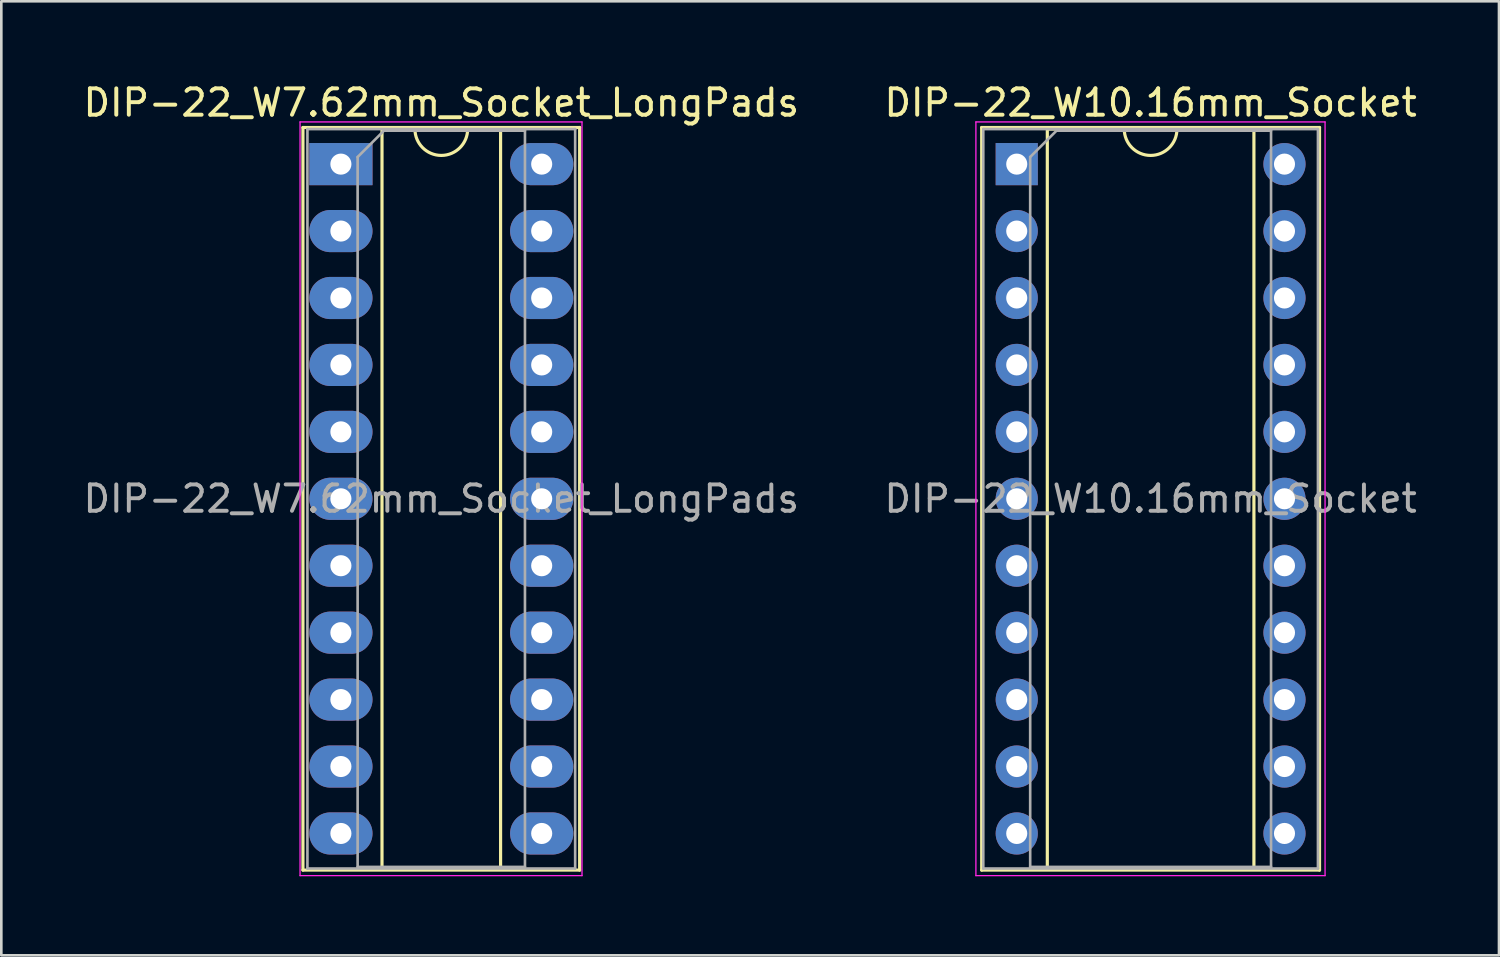
<source format=kicad_pcb>
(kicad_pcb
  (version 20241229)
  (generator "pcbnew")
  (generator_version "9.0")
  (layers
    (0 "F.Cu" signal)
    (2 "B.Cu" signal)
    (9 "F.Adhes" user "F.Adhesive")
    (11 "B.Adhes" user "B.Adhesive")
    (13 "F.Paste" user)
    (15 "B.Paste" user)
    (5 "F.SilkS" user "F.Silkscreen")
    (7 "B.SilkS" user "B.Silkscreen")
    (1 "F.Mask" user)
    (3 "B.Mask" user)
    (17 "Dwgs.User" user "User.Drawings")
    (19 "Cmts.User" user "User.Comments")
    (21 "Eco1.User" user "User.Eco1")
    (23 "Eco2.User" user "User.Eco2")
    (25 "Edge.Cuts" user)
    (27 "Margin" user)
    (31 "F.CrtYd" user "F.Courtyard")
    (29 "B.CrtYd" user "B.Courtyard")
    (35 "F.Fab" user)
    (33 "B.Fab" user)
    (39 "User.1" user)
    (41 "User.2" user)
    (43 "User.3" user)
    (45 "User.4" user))
  (footprint "DIP-22_W7.62mm_Socket_LongPads"
    (layer "F.Cu")
    (at 9.886 3.178)
    (property "Reference" "DIP-22_W7.62mm_Socket_LongPads" (at 3.81 -2.33 0) (layer "F.SilkS") (effects (font (size 1 1) (thickness 0.15))))
    (attr through_hole)
    (fp_line (start -1.44 -1.39) (end -1.44 26.79) (stroke (width 0.12) (type solid)) (layer "F.SilkS"))
    (fp_line (start -1.44 26.79) (end 9.06 26.79) (stroke (width 0.12) (type solid)) (layer "F.SilkS"))
    (fp_line (start 1.56 -1.33) (end 1.56 26.73) (stroke (width 0.12) (type solid)) (layer "F.SilkS"))
    (fp_line (start 1.56 26.73) (end 6.06 26.73) (stroke (width 0.12) (type solid)) (layer "F.SilkS"))
    (fp_line (start 2.81 -1.33) (end 1.56 -1.33) (stroke (width 0.12) (type solid)) (layer "F.SilkS"))
    (fp_line (start 6.06 -1.33) (end 4.81 -1.33) (stroke (width 0.12) (type solid)) (layer "F.SilkS"))
    (fp_line (start 6.06 26.73) (end 6.06 -1.33) (stroke (width 0.12) (type solid)) (layer "F.SilkS"))
    (fp_line (start 9.06 -1.39) (end -1.44 -1.39) (stroke (width 0.12) (type solid)) (layer "F.SilkS"))
    (fp_line (start 9.06 26.79) (end 9.06 -1.39) (stroke (width 0.12) (type solid)) (layer "F.SilkS"))
    (fp_arc (start 4.81 -1.33) (mid 3.81 -0.33) (end 2.81 -1.33) (stroke (width 0.12) (type solid)) (layer "F.SilkS"))
    (fp_line (start -1.55 -1.6) (end -1.55 27) (stroke (width 0.05) (type solid)) (layer "F.CrtYd"))
    (fp_line (start -1.55 27) (end 9.15 27) (stroke (width 0.05) (type solid)) (layer "F.CrtYd"))
    (fp_line (start 9.15 -1.6) (end -1.55 -1.6) (stroke (width 0.05) (type solid)) (layer "F.CrtYd"))
    (fp_line (start 9.15 27) (end 9.15 -1.6) (stroke (width 0.05) (type solid)) (layer "F.CrtYd"))
    (fp_line (start -1.27 -1.33) (end -1.27 26.73) (stroke (width 0.1) (type solid)) (layer "F.Fab"))
    (fp_line (start -1.27 26.73) (end 8.89 26.73) (stroke (width 0.1) (type solid)) (layer "F.Fab"))
    (fp_line (start 0.635 -0.27) (end 1.635 -1.27) (stroke (width 0.1) (type solid)) (layer "F.Fab"))
    (fp_line (start 0.635 26.67) (end 0.635 -0.27) (stroke (width 0.1) (type solid)) (layer "F.Fab"))
    (fp_line (start 1.635 -1.27) (end 6.985 -1.27) (stroke (width 0.1) (type solid)) (layer "F.Fab"))
    (fp_line (start 6.985 -1.27) (end 6.985 26.67) (stroke (width 0.1) (type solid)) (layer "F.Fab"))
    (fp_line (start 6.985 26.67) (end 0.635 26.67) (stroke (width 0.1) (type solid)) (layer "F.Fab"))
    (fp_line (start 8.89 -1.33) (end -1.27 -1.33) (stroke (width 0.1) (type solid)) (layer "F.Fab"))
    (fp_line (start 8.89 26.73) (end 8.89 -1.33) (stroke (width 0.1) (type solid)) (layer "F.Fab"))
    (fp_text user "${REFERENCE}" (at 3.81 12.7 0) (layer "F.Fab") (effects (font (size 1 1) (thickness 0.15))))
    (pad "1" thru_hole rect (at 0 0) (size 2.4 1.6) (drill 0.8) (layers "*.Cu" "*.Mask"))
    (pad "2" thru_hole oval (at 0 2.54) (size 2.4 1.6) (drill 0.8) (layers "*.Cu" "*.Mask"))
    (pad "3" thru_hole oval (at 0 5.08) (size 2.4 1.6) (drill 0.8) (layers "*.Cu" "*.Mask"))
    (pad "4" thru_hole oval (at 0 7.62) (size 2.4 1.6) (drill 0.8) (layers "*.Cu" "*.Mask"))
    (pad "5" thru_hole oval (at 0 10.16) (size 2.4 1.6) (drill 0.8) (layers "*.Cu" "*.Mask"))
    (pad "6" thru_hole oval (at 0 12.7) (size 2.4 1.6) (drill 0.8) (layers "*.Cu" "*.Mask"))
    (pad "7" thru_hole oval (at 0 15.24) (size 2.4 1.6) (drill 0.8) (layers "*.Cu" "*.Mask"))
    (pad "8" thru_hole oval (at 0 17.78) (size 2.4 1.6) (drill 0.8) (layers "*.Cu" "*.Mask"))
    (pad "9" thru_hole oval (at 0 20.32) (size 2.4 1.6) (drill 0.8) (layers "*.Cu" "*.Mask"))
    (pad "10" thru_hole oval (at 0 22.86) (size 2.4 1.6) (drill 0.8) (layers "*.Cu" "*.Mask"))
    (pad "11" thru_hole oval (at 0 25.4) (size 2.4 1.6) (drill 0.8) (layers "*.Cu" "*.Mask"))
    (pad "12" thru_hole oval (at 7.62 25.4) (size 2.4 1.6) (drill 0.8) (layers "*.Cu" "*.Mask"))
    (pad "13" thru_hole oval (at 7.62 22.86) (size 2.4 1.6) (drill 0.8) (layers "*.Cu" "*.Mask"))
    (pad "14" thru_hole oval (at 7.62 20.32) (size 2.4 1.6) (drill 0.8) (layers "*.Cu" "*.Mask"))
    (pad "15" thru_hole oval (at 7.62 17.78) (size 2.4 1.6) (drill 0.8) (layers "*.Cu" "*.Mask"))
    (pad "16" thru_hole oval (at 7.62 15.24) (size 2.4 1.6) (drill 0.8) (layers "*.Cu" "*.Mask"))
    (pad "17" thru_hole oval (at 7.62 12.7) (size 2.4 1.6) (drill 0.8) (layers "*.Cu" "*.Mask"))
    (pad "18" thru_hole oval (at 7.62 10.16) (size 2.4 1.6) (drill 0.8) (layers "*.Cu" "*.Mask"))
    (pad "19" thru_hole oval (at 7.62 7.62) (size 2.4 1.6) (drill 0.8) (layers "*.Cu" "*.Mask"))
    (pad "20" thru_hole oval (at 7.62 5.08) (size 2.4 1.6) (drill 0.8) (layers "*.Cu" "*.Mask"))
    (pad "21" thru_hole oval (at 7.62 2.54) (size 2.4 1.6) (drill 0.8) (layers "*.Cu" "*.Mask"))
    (pad "22" thru_hole oval (at 7.62 0) (size 2.4 1.6) (drill 0.8) (layers "*.Cu" "*.Mask")))
  (footprint "DIP-22_W10.16mm_Socket"
    (layer "F.Cu")
    (at 35.533 3.178)
    (property "Reference" "DIP-22_W10.16mm_Socket" (at 5.08 -2.33 0) (layer "F.SilkS") (effects (font (size 1 1) (thickness 0.15))))
    (attr through_hole)
    (fp_line (start -1.33 -1.39) (end -1.33 26.79) (stroke (width 0.12) (type solid)) (layer "F.SilkS"))
    (fp_line (start -1.33 26.79) (end 11.49 26.79) (stroke (width 0.12) (type solid)) (layer "F.SilkS"))
    (fp_line (start 1.16 -1.33) (end 1.16 26.73) (stroke (width 0.12) (type solid)) (layer "F.SilkS"))
    (fp_line (start 1.16 26.73) (end 9 26.73) (stroke (width 0.12) (type solid)) (layer "F.SilkS"))
    (fp_line (start 4.08 -1.33) (end 1.16 -1.33) (stroke (width 0.12) (type solid)) (layer "F.SilkS"))
    (fp_line (start 9 -1.33) (end 6.08 -1.33) (stroke (width 0.12) (type solid)) (layer "F.SilkS"))
    (fp_line (start 9 26.73) (end 9 -1.33) (stroke (width 0.12) (type solid)) (layer "F.SilkS"))
    (fp_line (start 11.49 -1.39) (end -1.33 -1.39) (stroke (width 0.12) (type solid)) (layer "F.SilkS"))
    (fp_line (start 11.49 26.79) (end 11.49 -1.39) (stroke (width 0.12) (type solid)) (layer "F.SilkS"))
    (fp_arc (start 6.08 -1.33) (mid 5.08 -0.33) (end 4.08 -1.33) (stroke (width 0.12) (type solid)) (layer "F.SilkS"))
    (fp_line (start -1.55 -1.6) (end -1.55 27) (stroke (width 0.05) (type solid)) (layer "F.CrtYd"))
    (fp_line (start -1.55 27) (end 11.7 27) (stroke (width 0.05) (type solid)) (layer "F.CrtYd"))
    (fp_line (start 11.7 -1.6) (end -1.55 -1.6) (stroke (width 0.05) (type solid)) (layer "F.CrtYd"))
    (fp_line (start 11.7 27) (end 11.7 -1.6) (stroke (width 0.05) (type solid)) (layer "F.CrtYd"))
    (fp_line (start -1.27 -1.33) (end -1.27 26.73) (stroke (width 0.1) (type solid)) (layer "F.Fab"))
    (fp_line (start -1.27 26.73) (end 11.43 26.73) (stroke (width 0.1) (type solid)) (layer "F.Fab"))
    (fp_line (start 0.51 -0.27) (end 1.51 -1.27) (stroke (width 0.1) (type solid)) (layer "F.Fab"))
    (fp_line (start 0.51 26.67) (end 0.51 -0.27) (stroke (width 0.1) (type solid)) (layer "F.Fab"))
    (fp_line (start 1.51 -1.27) (end 9.65 -1.27) (stroke (width 0.1) (type solid)) (layer "F.Fab"))
    (fp_line (start 9.65 -1.27) (end 9.65 26.67) (stroke (width 0.1) (type solid)) (layer "F.Fab"))
    (fp_line (start 9.65 26.67) (end 0.51 26.67) (stroke (width 0.1) (type solid)) (layer "F.Fab"))
    (fp_line (start 11.43 -1.33) (end -1.27 -1.33) (stroke (width 0.1) (type solid)) (layer "F.Fab"))
    (fp_line (start 11.43 26.73) (end 11.43 -1.33) (stroke (width 0.1) (type solid)) (layer "F.Fab"))
    (fp_text user "${REFERENCE}" (at 5.08 12.7 0) (layer "F.Fab") (effects (font (size 1 1) (thickness 0.15))))
    (pad "1" thru_hole rect (at 0 0) (size 1.6 1.6) (drill 0.8) (layers "*.Cu" "*.Mask"))
    (pad "2" thru_hole oval (at 0 2.54) (size 1.6 1.6) (drill 0.8) (layers "*.Cu" "*.Mask"))
    (pad "3" thru_hole oval (at 0 5.08) (size 1.6 1.6) (drill 0.8) (layers "*.Cu" "*.Mask"))
    (pad "4" thru_hole oval (at 0 7.62) (size 1.6 1.6) (drill 0.8) (layers "*.Cu" "*.Mask"))
    (pad "5" thru_hole oval (at 0 10.16) (size 1.6 1.6) (drill 0.8) (layers "*.Cu" "*.Mask"))
    (pad "6" thru_hole oval (at 0 12.7) (size 1.6 1.6) (drill 0.8) (layers "*.Cu" "*.Mask"))
    (pad "7" thru_hole oval (at 0 15.24) (size 1.6 1.6) (drill 0.8) (layers "*.Cu" "*.Mask"))
    (pad "8" thru_hole oval (at 0 17.78) (size 1.6 1.6) (drill 0.8) (layers "*.Cu" "*.Mask"))
    (pad "9" thru_hole oval (at 0 20.32) (size 1.6 1.6) (drill 0.8) (layers "*.Cu" "*.Mask"))
    (pad "10" thru_hole oval (at 0 22.86) (size 1.6 1.6) (drill 0.8) (layers "*.Cu" "*.Mask"))
    (pad "11" thru_hole oval (at 0 25.4) (size 1.6 1.6) (drill 0.8) (layers "*.Cu" "*.Mask"))
    (pad "12" thru_hole oval (at 10.16 25.4) (size 1.6 1.6) (drill 0.8) (layers "*.Cu" "*.Mask"))
    (pad "13" thru_hole oval (at 10.16 22.86) (size 1.6 1.6) (drill 0.8) (layers "*.Cu" "*.Mask"))
    (pad "14" thru_hole oval (at 10.16 20.32) (size 1.6 1.6) (drill 0.8) (layers "*.Cu" "*.Mask"))
    (pad "15" thru_hole oval (at 10.16 17.78) (size 1.6 1.6) (drill 0.8) (layers "*.Cu" "*.Mask"))
    (pad "16" thru_hole oval (at 10.16 15.24) (size 1.6 1.6) (drill 0.8) (layers "*.Cu" "*.Mask"))
    (pad "17" thru_hole oval (at 10.16 12.7) (size 1.6 1.6) (drill 0.8) (layers "*.Cu" "*.Mask"))
    (pad "18" thru_hole oval (at 10.16 10.16) (size 1.6 1.6) (drill 0.8) (layers "*.Cu" "*.Mask"))
    (pad "19" thru_hole oval (at 10.16 7.62) (size 1.6 1.6) (drill 0.8) (layers "*.Cu" "*.Mask"))
    (pad "20" thru_hole oval (at 10.16 5.08) (size 1.6 1.6) (drill 0.8) (layers "*.Cu" "*.Mask"))
    (pad "21" thru_hole oval (at 10.16 2.54) (size 1.6 1.6) (drill 0.8) (layers "*.Cu" "*.Mask"))
    (pad "22" thru_hole oval (at 10.16 0) (size 1.6 1.6) (drill 0.8) (layers "*.Cu" "*.Mask")))
  (gr_rect
    (start -3 -3)
    (end 53.833 33.203)
    (stroke (width 0.1) (type default))
    (fill no)
    (layer "Edge.Cuts")))
</source>
